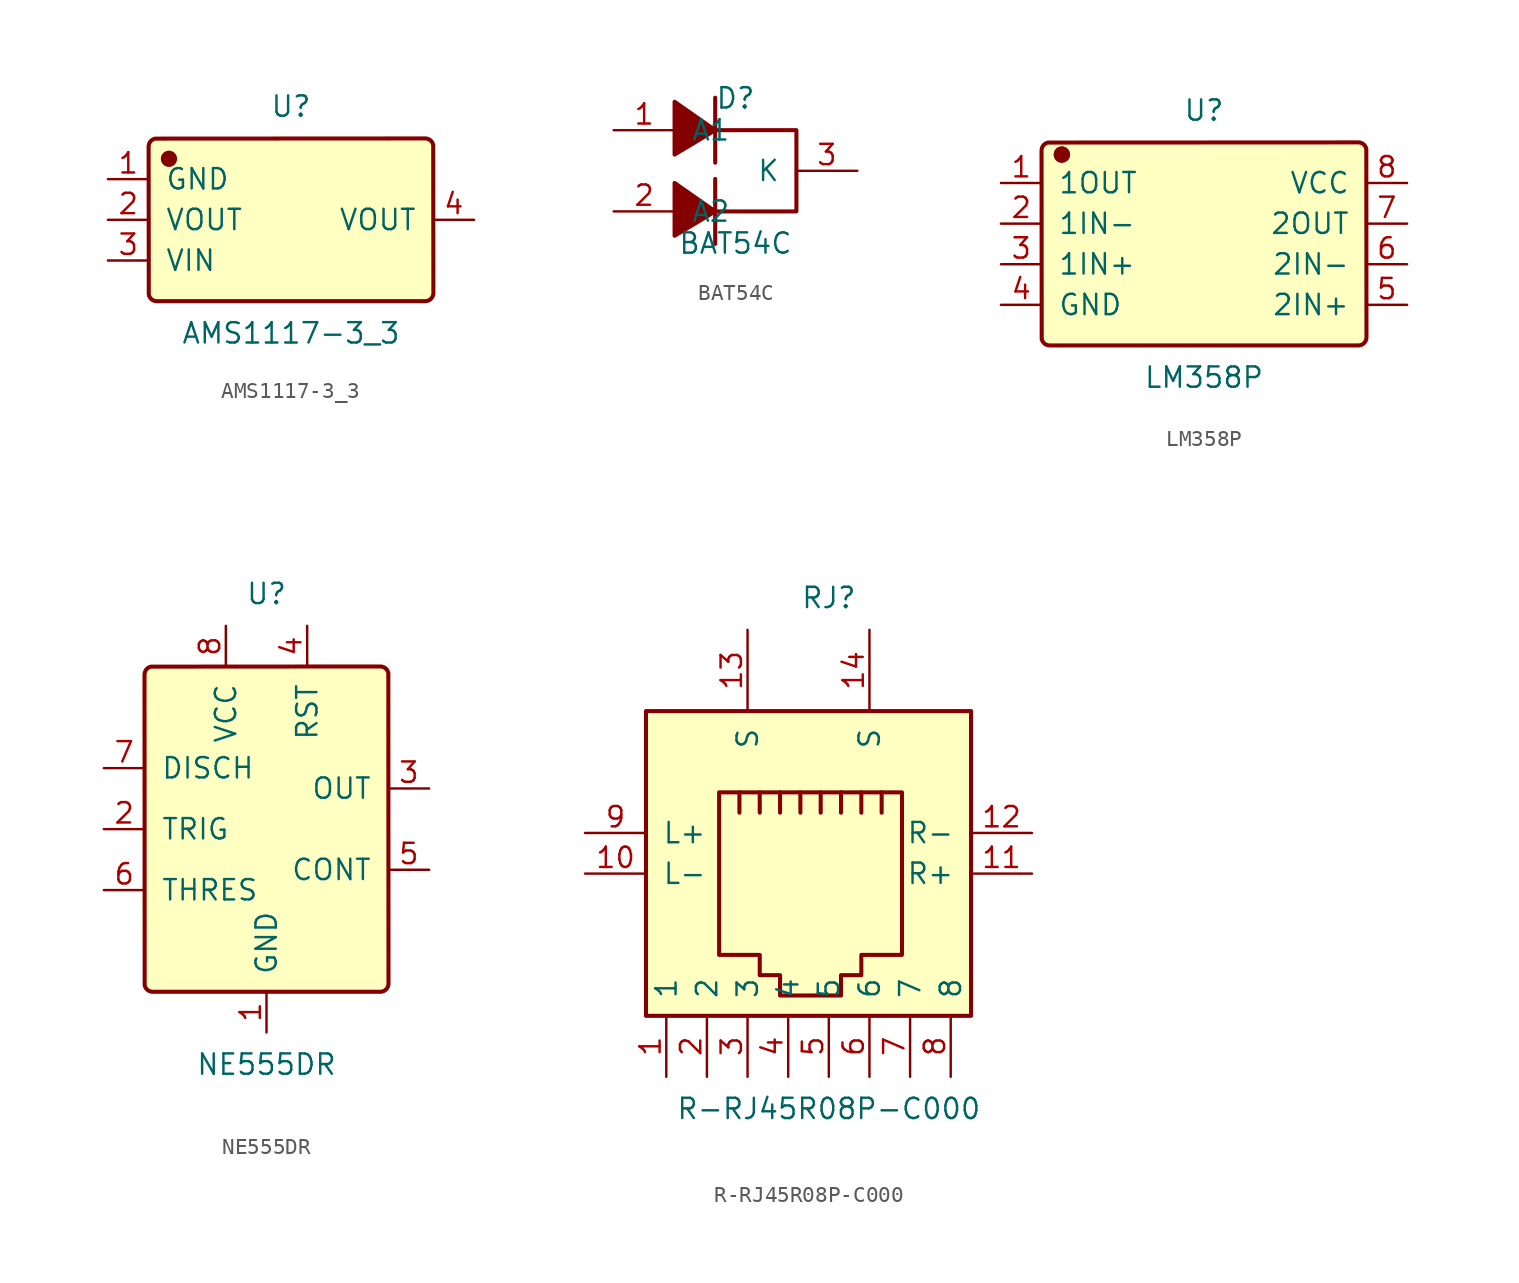
<source format=kicad_sym>
(kicad_symbol_lib
  (version 20241209)
  (generator "JLCImport")
  (generator_version "1.0")
  (symbol "AMS1117-3_3"
    (pin_names
      (offset 1.016))
    (property "Reference" "U"
      (at 0 7.08 0)
      (effects (font (size 1.27 1.27))))
    (property "Value" "AMS1117-3_3"
      (at 0 -7.08 0)
      (effects (font (size 1.27 1.27))))
    (symbol "AMS1117-3_3_0_1"
      (polyline (pts (xy 8.382 -5.08) (xy 8.481 -5.07) (xy 8.576 -5.041) (xy 8.664 -4.994) (xy 8.741 -4.931) (xy 8.804 -4.854) (xy 8.851 -4.766) (xy 8.88 -4.671) (xy 8.89 -4.572) (xy 8.88 4.671) (xy 8.851 4.766) (xy 8.804 4.854) (xy 8.741 4.931) (xy 8.664 4.994) (xy 8.576 5.041) (xy 8.481 5.07) (xy 8.382 5.08) (xy -8.481 5.07) (xy -8.576 5.041) (xy -8.664 4.994) (xy -8.741 4.931) (xy -8.804 4.854) (xy -8.851 4.766) (xy -8.88 4.671) (xy -8.89 4.572) (xy -8.88 -4.671) (xy -8.851 -4.766) (xy -8.804 -4.854) (xy -8.741 -4.931) (xy -8.664 -4.994) (xy -8.576 -5.041) (xy -8.481 -5.07) (xy -8.382 -5.08) (xy 8.382 -5.08)) (stroke (width 0.254) (type solid)) (fill (type background)))
      (circle (center -7.62 3.81) (radius 0.381) (stroke (width 0.254) (type solid)) (fill (type outline)))
      (pin unspecified line (at -11.43 2.54 0) (length 2.54) (name "GND" (effects (font (size 1.27 1.27)))) (number "1" (effects (font (size 1.27 1.27)))))
      (pin unspecified line (at -11.43 0 0) (length 2.54) (name "VOUT" (effects (font (size 1.27 1.27)))) (number "2" (effects (font (size 1.27 1.27)))))
      (pin unspecified line (at -11.43 -2.54 0) (length 2.54) (name "VIN" (effects (font (size 1.27 1.27)))) (number "3" (effects (font (size 1.27 1.27)))))
      (pin unspecified line (at 11.43 0 180) (length 2.54) (name "VOUT" (effects (font (size 1.27 1.27)))) (number "4" (effects (font (size 1.27 1.27)))))))
  (symbol "BAT54C"
    (pin_names
      (offset 1.016))
    (property "Reference" "D"
      (at 0 4.54 0)
      (effects (font (size 1.27 1.27))))
    (property "Value" "BAT54C"
      (at 0 -4.54 0)
      (effects (font (size 1.27 1.27))))
    (symbol "BAT54C_0_1"
      (polyline (pts (xy -1.27 4.572) (xy -1.27 0.508)) (stroke (width 0.254) (type solid)) (fill (type none)))
      (polyline (pts (xy -3.81 1.016) (xy -1.27 2.54) (xy -3.81 4.318) (xy -3.81 1.016)) (stroke (width 0.254) (type solid)) (fill (type outline)))
      (polyline (pts (xy -1.27 -0.508) (xy -1.27 -4.572)) (stroke (width 0.254) (type solid)) (fill (type none)))
      (polyline (pts (xy -3.81 -4.064) (xy -1.27 -2.54) (xy -3.81 -0.762) (xy -3.81 -4.064)) (stroke (width 0.254) (type solid)) (fill (type outline)))
      (polyline (pts (xy -1.27 2.54) (xy 3.81 2.54) (xy 3.81 -2.54) (xy -1.27 -2.54)) (stroke (width 0.254) (type solid)) (fill (type none)))
      (pin unspecified line (at -7.62 2.54 0) (length 3.81) (name "A1" (effects (font (size 1.27 1.27)) hide)) (number "1" (effects (font (size 1.27 1.27)) hide)))
      (pin unspecified line (at 7.62 0 180) (length 3.81) (name "K" (effects (font (size 1.27 1.27)) hide)) (number "3" (effects (font (size 1.27 1.27)) hide)))
      (pin unspecified line (at -7.62 -2.54 0) (length 3.81) (name "A2" (effects (font (size 1.27 1.27)) hide)) (number "2" (effects (font (size 1.27 1.27)) hide)))))
  (symbol "LM358P"
    (pin_names
      (offset 1.016))
    (property "Reference" "U"
      (at 0 8.35 0)
      (effects (font (size 1.27 1.27))))
    (property "Value" "LM358P"
      (at 0 -8.35 0)
      (effects (font (size 1.27 1.27))))
    (symbol "LM358P_0_1"
      (polyline (pts (xy 9.652 -6.35) (xy 9.751 -6.34) (xy 9.846 -6.311) (xy 9.934 -6.264) (xy 10.011 -6.201) (xy 10.074 -6.124) (xy 10.121 -6.036) (xy 10.15 -5.941) (xy 10.16 -5.842) (xy 10.15 5.941) (xy 10.121 6.036) (xy 10.074 6.124) (xy 10.011 6.201) (xy 9.934 6.264) (xy 9.846 6.311) (xy 9.751 6.34) (xy 9.652 6.35) (xy -9.751 6.34) (xy -9.846 6.311) (xy -9.934 6.264) (xy -10.011 6.201) (xy -10.074 6.124) (xy -10.121 6.036) (xy -10.15 5.941) (xy -10.16 5.842) (xy -10.15 -5.941) (xy -10.121 -6.036) (xy -10.074 -6.124) (xy -10.011 -6.201) (xy -9.934 -6.264) (xy -9.846 -6.311) (xy -9.751 -6.34) (xy -9.652 -6.35) (xy 9.652 -6.35)) (stroke (width 0.254) (type solid)) (fill (type background)))
      (circle (center -8.89 5.588) (radius 0.381) (stroke (width 0.254) (type solid)) (fill (type outline)))
      (circle (center -8.89 5.588) (radius 0.381) (stroke (width 0.254) (type solid)) (fill (type outline)))
      (pin unspecified line (at -12.7 3.81 0) (length 2.54) (name "1OUT" (effects (font (size 1.27 1.27)))) (number "1" (effects (font (size 1.27 1.27)))))
      (pin unspecified line (at -12.7 1.27 0) (length 2.54) (name "1IN-" (effects (font (size 1.27 1.27)))) (number "2" (effects (font (size 1.27 1.27)))))
      (pin unspecified line (at -12.7 -1.27 0) (length 2.54) (name "1IN+" (effects (font (size 1.27 1.27)))) (number "3" (effects (font (size 1.27 1.27)))))
      (pin unspecified line (at -12.7 -3.81 0) (length 2.54) (name "GND" (effects (font (size 1.27 1.27)))) (number "4" (effects (font (size 1.27 1.27)))))
      (pin unspecified line (at 12.7 -3.81 180) (length 2.54) (name "2IN+" (effects (font (size 1.27 1.27)))) (number "5" (effects (font (size 1.27 1.27)))))
      (pin unspecified line (at 12.7 -1.27 180) (length 2.54) (name "2IN-" (effects (font (size 1.27 1.27)))) (number "6" (effects (font (size 1.27 1.27)))))
      (pin unspecified line (at 12.7 1.27 180) (length 2.54) (name "2OUT" (effects (font (size 1.27 1.27)))) (number "7" (effects (font (size 1.27 1.27)))))
      (pin unspecified line (at 12.7 3.81 180) (length 2.54) (name "VCC" (effects (font (size 1.27 1.27)))) (number "8" (effects (font (size 1.27 1.27)))))))
  (symbol "NE555DR"
    (pin_names
      (offset 1.016))
    (property "Reference" "U"
      (at 0 14.7 0)
      (effects (font (size 1.27 1.27))))
    (property "Value" "NE555DR"
      (at 0 -14.7 0)
      (effects (font (size 1.27 1.27))))
    (symbol "NE555DR_0_1"
      (polyline (pts (xy 7.112 -10.16) (xy 7.211 -10.15) (xy 7.306 -10.121) (xy 7.394 -10.074) (xy 7.471 -10.011) (xy 7.534 -9.934) (xy 7.581 -9.846) (xy 7.61 -9.751) (xy 7.62 -9.652) (xy 7.61 9.751) (xy 7.581 9.846) (xy 7.534 9.934) (xy 7.471 10.011) (xy 7.394 10.074) (xy 7.306 10.121) (xy 7.211 10.15) (xy 7.112 10.16) (xy -7.211 10.15) (xy -7.306 10.121) (xy -7.394 10.074) (xy -7.471 10.011) (xy -7.534 9.934) (xy -7.581 9.846) (xy -7.61 9.751) (xy -7.62 9.652) (xy -7.61 -9.751) (xy -7.581 -9.846) (xy -7.534 -9.934) (xy -7.471 -10.011) (xy -7.394 -10.074) (xy -7.306 -10.121) (xy -7.211 -10.15) (xy -7.112 -10.16) (xy 7.112 -10.16)) (stroke (width 0.254) (type solid)) (fill (type background)))
      (pin unspecified line (at -2.54 12.7 270) (length 2.54) (name "VCC" (effects (font (size 1.27 1.27)))) (number "8" (effects (font (size 1.27 1.27)))))
      (pin unspecified line (at -10.16 3.81 0) (length 2.54) (name "DISCH" (effects (font (size 1.27 1.27)))) (number "7" (effects (font (size 1.27 1.27)))))
      (pin unspecified line (at -10.16 -3.81 0) (length 2.54) (name "THRES" (effects (font (size 1.27 1.27)))) (number "6" (effects (font (size 1.27 1.27)))))
      (pin unspecified line (at 10.16 -2.54 180) (length 2.54) (name "CONT" (effects (font (size 1.27 1.27)))) (number "5" (effects (font (size 1.27 1.27)))))
      (pin unspecified line (at 2.54 12.7 270) (length 2.54) (name "RST" (effects (font (size 1.27 1.27)))) (number "4" (effects (font (size 1.27 1.27)))))
      (pin unspecified line (at 10.16 2.54 180) (length 2.54) (name "OUT" (effects (font (size 1.27 1.27)))) (number "3" (effects (font (size 1.27 1.27)))))
      (pin unspecified line (at -10.16 0 0) (length 2.54) (name "TRIG" (effects (font (size 1.27 1.27)))) (number "2" (effects (font (size 1.27 1.27)))))
      (pin unspecified line (at 0 -12.7 90) (length 2.54) (name "GND" (effects (font (size 1.27 1.27)))) (number "1" (effects (font (size 1.27 1.27)))))))
  (symbol "R-RJ45R08P-C000"
    (pin_names
      (offset 1.016))
    (property "Reference" "RJ"
      (at 0 17.24 0)
      (effects (font (size 1.27 1.27))))
    (property "Value" "R-RJ45R08P-C000"
      (at 0 -14.7 0)
      (effects (font (size 1.27 1.27))))
    (symbol "R-RJ45R08P-C000_0_1"
      (rectangle (start -11.43 10.16) (end 8.89 -8.89) (stroke (width 0.254) (type solid)) (fill (type background)))
      (polyline (pts (xy -5.588 3.81) (xy -5.588 5.08) (xy -5.588 5.08)) (stroke (width 0.254) (type solid)) (fill (type none)))
      (polyline (pts (xy -4.318 5.08) (xy -4.318 3.81) (xy -4.318 3.81)) (stroke (width 0.254) (type solid)) (fill (type none)))
      (polyline (pts (xy -3.048 5.08) (xy -3.048 3.81) (xy -3.048 3.81)) (stroke (width 0.254) (type solid)) (fill (type none)))
      (polyline (pts (xy -1.778 5.08) (xy -1.778 3.81) (xy -1.778 3.81)) (stroke (width 0.254) (type solid)) (fill (type none)))
      (polyline (pts (xy -0.508 5.08) (xy -0.508 3.81) (xy -0.508 3.81)) (stroke (width 0.254) (type solid)) (fill (type none)))
      (polyline (pts (xy 0.762 5.08) (xy 0.762 3.81) (xy 0.762 3.81)) (stroke (width 0.254) (type solid)) (fill (type none)))
      (polyline (pts (xy 2.032 3.81) (xy 2.032 5.08) (xy 2.032 5.08)) (stroke (width 0.254) (type solid)) (fill (type none)))
      (polyline (pts (xy 3.302 3.81) (xy 3.302 5.08) (xy 3.302 5.08)) (stroke (width 0.254) (type solid)) (fill (type none)))
      (polyline (pts (xy -6.858 5.08) (xy 4.572 5.08) (xy 4.572 -5.08) (xy 2.032 -5.08) (xy 2.032 -6.35) (xy 0.762 -6.35) (xy 0.762 -7.62) (xy -3.048 -7.62) (xy -3.048 -6.35) (xy -4.318 -6.35) (xy -4.318 -5.08) (xy -6.858 -5.08) (xy -6.858 5.08) (xy -6.858 5.08)) (stroke (width 0.254) (type solid)) (fill (type none)))
      (pin unspecified line (at -10.16 -12.7 90) (length 3.81) (name "1" (effects (font (size 1.27 1.27)) hide)) (number "1" (effects (font (size 1.27 1.27)))))
      (pin unspecified line (at -7.62 -12.7 90) (length 3.81) (name "2" (effects (font (size 1.27 1.27)) hide)) (number "2" (effects (font (size 1.27 1.27)))))
      (pin unspecified line (at -5.08 -12.7 90) (length 3.81) (name "3" (effects (font (size 1.27 1.27)) hide)) (number "3" (effects (font (size 1.27 1.27)))))
      (pin unspecified line (at -2.54 -12.7 90) (length 3.81) (name "4" (effects (font (size 1.27 1.27)) hide)) (number "4" (effects (font (size 1.27 1.27)))))
      (pin unspecified line (at 0 -12.7 90) (length 3.81) (name "5" (effects (font (size 1.27 1.27)) hide)) (number "5" (effects (font (size 1.27 1.27)))))
      (pin unspecified line (at 2.54 -12.7 90) (length 3.81) (name "6" (effects (font (size 1.27 1.27)) hide)) (number "6" (effects (font (size 1.27 1.27)))))
      (pin unspecified line (at 5.08 -12.7 90) (length 3.81) (name "7" (effects (font (size 1.27 1.27)) hide)) (number "7" (effects (font (size 1.27 1.27)))))
      (pin unspecified line (at 7.62 -12.7 90) (length 3.81) (name "8" (effects (font (size 1.27 1.27)) hide)) (number "8" (effects (font (size 1.27 1.27)))))
      (pin unspecified line (at -15.24 2.54 0) (length 3.81) (name "L+" (effects (font (size 1.27 1.27)))) (number "9" (effects (font (size 1.27 1.27)))))
      (pin unspecified line (at -15.24 0 0) (length 3.81) (name "L-" (effects (font (size 1.27 1.27)))) (number "10" (effects (font (size 1.27 1.27)))))
      (pin unspecified line (at 12.7 0 180) (length 3.81) (name "R+" (effects (font (size 1.27 1.27)))) (number "11" (effects (font (size 1.27 1.27)))))
      (pin unspecified line (at 12.7 2.54 180) (length 3.81) (name "R-" (effects (font (size 1.27 1.27)))) (number "12" (effects (font (size 1.27 1.27)))))
      (pin unspecified line (at -5.08 15.24 270) (length 5.08) (name "S" (effects (font (size 1.27 1.27)))) (number "13" (effects (font (size 1.27 1.27)))))
      (pin unspecified line (at 2.54 15.24 270) (length 5.08) (name "S" (effects (font (size 1.27 1.27)))) (number "14" (effects (font (size 1.27 1.27))))))))
</source>
